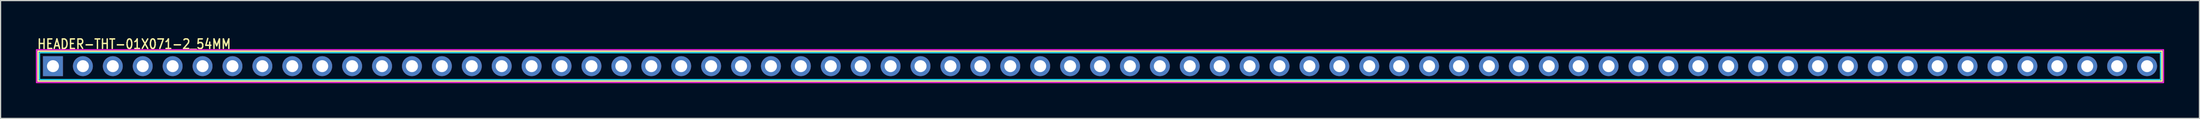
<source format=kicad_pcb>
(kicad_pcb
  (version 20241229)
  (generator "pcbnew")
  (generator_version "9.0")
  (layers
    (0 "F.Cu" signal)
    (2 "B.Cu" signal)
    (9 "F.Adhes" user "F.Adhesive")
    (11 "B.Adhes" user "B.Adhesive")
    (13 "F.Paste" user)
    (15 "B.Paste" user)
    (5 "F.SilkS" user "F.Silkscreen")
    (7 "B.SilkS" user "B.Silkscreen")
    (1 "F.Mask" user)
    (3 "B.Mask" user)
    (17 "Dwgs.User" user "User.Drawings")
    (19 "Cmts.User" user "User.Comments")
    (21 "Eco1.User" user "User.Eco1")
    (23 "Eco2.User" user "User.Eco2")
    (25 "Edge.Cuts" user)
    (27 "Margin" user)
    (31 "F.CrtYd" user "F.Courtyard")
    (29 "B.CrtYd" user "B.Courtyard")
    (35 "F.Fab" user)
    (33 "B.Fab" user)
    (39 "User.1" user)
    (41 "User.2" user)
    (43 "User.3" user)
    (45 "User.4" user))
  (footprint "HEADER-THT-01X071-2_54MM"
    (layer "F.Cu")
    (at 1.447 2.579)
    (property "Reference" "HEADER-THT-01X071-2_54MM" (at -1.4 -1.4 0) (unlocked yes) (layer "F.SilkS") (effects (font (size 0.813 0.695) (thickness 0.122)) (justify left bottom)))
    (fp_line (start -1.27 -1.27) (end -1.27 1.27) (stroke (width 0.127) (type solid)) (layer "F.SilkS"))
    (fp_line (start -1.27 1.27) (end 179.07 1.27) (stroke (width 0.127) (type solid)) (layer "F.SilkS"))
    (fp_line (start 179.07 -1.27) (end -1.27 -1.27) (stroke (width 0.127) (type solid)) (layer "F.SilkS"))
    (fp_line (start 179.07 1.27) (end 179.07 -1.27) (stroke (width 0.127) (type solid)) (layer "F.SilkS"))
    (fp_poly (pts (xy -1.143 -1.143) (xy 178.943 -1.143) (xy 178.943 1.143) (xy -1.143 1.143)) (stroke (width 0.1) (type solid)) (fill no) (layer "B.CrtYd"))
    (fp_poly (pts (xy -1.397 -1.397) (xy 179.197 -1.397) (xy 179.197 1.397) (xy -1.397 1.397)) (stroke (width 0.1) (type solid)) (fill no) (layer "F.CrtYd"))
    (pad "P$1" thru_hole rect (at 0 0) (size 1.693 1.693) (drill 1.016) (layers "*.Cu" "*.Mask"))
    (pad "P$2" thru_hole oval (at 2.54 0) (size 1.693 1.693) (drill 1.016) (layers "*.Cu" "*.Mask"))
    (pad "P$3" thru_hole oval (at 5.08 0) (size 1.693 1.693) (drill 1.016) (layers "*.Cu" "*.Mask"))
    (pad "P$4" thru_hole oval (at 7.62 0) (size 1.693 1.693) (drill 1.016) (layers "*.Cu" "*.Mask"))
    (pad "P$5" thru_hole oval (at 10.16 0) (size 1.693 1.693) (drill 1.016) (layers "*.Cu" "*.Mask"))
    (pad "P$6" thru_hole oval (at 12.7 0) (size 1.693 1.693) (drill 1.016) (layers "*.Cu" "*.Mask"))
    (pad "P$7" thru_hole oval (at 15.24 0) (size 1.693 1.693) (drill 1.016) (layers "*.Cu" "*.Mask"))
    (pad "P$8" thru_hole oval (at 17.78 0) (size 1.693 1.693) (drill 1.016) (layers "*.Cu" "*.Mask"))
    (pad "P$9" thru_hole oval (at 20.32 0) (size 1.693 1.693) (drill 1.016) (layers "*.Cu" "*.Mask"))
    (pad "P$10" thru_hole oval (at 22.86 0) (size 1.693 1.693) (drill 1.016) (layers "*.Cu" "*.Mask"))
    (pad "P$11" thru_hole oval (at 25.4 0) (size 1.693 1.693) (drill 1.016) (layers "*.Cu" "*.Mask"))
    (pad "P$12" thru_hole oval (at 27.94 0) (size 1.693 1.693) (drill 1.016) (layers "*.Cu" "*.Mask"))
    (pad "P$13" thru_hole oval (at 30.48 0) (size 1.693 1.693) (drill 1.016) (layers "*.Cu" "*.Mask"))
    (pad "P$14" thru_hole oval (at 33.02 0) (size 1.693 1.693) (drill 1.016) (layers "*.Cu" "*.Mask"))
    (pad "P$15" thru_hole oval (at 35.56 0) (size 1.693 1.693) (drill 1.016) (layers "*.Cu" "*.Mask"))
    (pad "P$16" thru_hole oval (at 38.1 0) (size 1.693 1.693) (drill 1.016) (layers "*.Cu" "*.Mask"))
    (pad "P$17" thru_hole oval (at 40.64 0) (size 1.693 1.693) (drill 1.016) (layers "*.Cu" "*.Mask"))
    (pad "P$18" thru_hole oval (at 43.18 0) (size 1.693 1.693) (drill 1.016) (layers "*.Cu" "*.Mask"))
    (pad "P$19" thru_hole oval (at 45.72 0) (size 1.693 1.693) (drill 1.016) (layers "*.Cu" "*.Mask"))
    (pad "P$20" thru_hole oval (at 48.26 0) (size 1.693 1.693) (drill 1.016) (layers "*.Cu" "*.Mask"))
    (pad "P$21" thru_hole oval (at 50.8 0) (size 1.693 1.693) (drill 1.016) (layers "*.Cu" "*.Mask"))
    (pad "P$22" thru_hole oval (at 53.34 0) (size 1.693 1.693) (drill 1.016) (layers "*.Cu" "*.Mask"))
    (pad "P$23" thru_hole oval (at 55.88 0) (size 1.693 1.693) (drill 1.016) (layers "*.Cu" "*.Mask"))
    (pad "P$24" thru_hole oval (at 58.42 0) (size 1.693 1.693) (drill 1.016) (layers "*.Cu" "*.Mask"))
    (pad "P$25" thru_hole oval (at 60.96 0) (size 1.693 1.693) (drill 1.016) (layers "*.Cu" "*.Mask"))
    (pad "P$26" thru_hole oval (at 63.5 0) (size 1.693 1.693) (drill 1.016) (layers "*.Cu" "*.Mask"))
    (pad "P$27" thru_hole oval (at 66.04 0) (size 1.693 1.693) (drill 1.016) (layers "*.Cu" "*.Mask"))
    (pad "P$28" thru_hole oval (at 68.58 0) (size 1.693 1.693) (drill 1.016) (layers "*.Cu" "*.Mask"))
    (pad "P$29" thru_hole oval (at 71.12 0) (size 1.693 1.693) (drill 1.016) (layers "*.Cu" "*.Mask"))
    (pad "P$30" thru_hole oval (at 73.66 0) (size 1.693 1.693) (drill 1.016) (layers "*.Cu" "*.Mask"))
    (pad "P$31" thru_hole oval (at 76.2 0) (size 1.693 1.693) (drill 1.016) (layers "*.Cu" "*.Mask"))
    (pad "P$32" thru_hole oval (at 78.74 0) (size 1.693 1.693) (drill 1.016) (layers "*.Cu" "*.Mask"))
    (pad "P$33" thru_hole oval (at 81.28 0) (size 1.693 1.693) (drill 1.016) (layers "*.Cu" "*.Mask"))
    (pad "P$34" thru_hole oval (at 83.82 0) (size 1.693 1.693) (drill 1.016) (layers "*.Cu" "*.Mask"))
    (pad "P$35" thru_hole oval (at 86.36 0) (size 1.693 1.693) (drill 1.016) (layers "*.Cu" "*.Mask"))
    (pad "P$36" thru_hole oval (at 88.9 0) (size 1.693 1.693) (drill 1.016) (layers "*.Cu" "*.Mask"))
    (pad "P$37" thru_hole oval (at 91.44 0) (size 1.693 1.693) (drill 1.016) (layers "*.Cu" "*.Mask"))
    (pad "P$38" thru_hole oval (at 93.98 0) (size 1.693 1.693) (drill 1.016) (layers "*.Cu" "*.Mask"))
    (pad "P$39" thru_hole oval (at 96.52 0) (size 1.693 1.693) (drill 1.016) (layers "*.Cu" "*.Mask"))
    (pad "P$40" thru_hole oval (at 99.06 0) (size 1.693 1.693) (drill 1.016) (layers "*.Cu" "*.Mask"))
    (pad "P$41" thru_hole oval (at 101.6 0) (size 1.693 1.693) (drill 1.016) (layers "*.Cu" "*.Mask"))
    (pad "P$42" thru_hole oval (at 104.14 0) (size 1.693 1.693) (drill 1.016) (layers "*.Cu" "*.Mask"))
    (pad "P$43" thru_hole oval (at 106.68 0) (size 1.693 1.693) (drill 1.016) (layers "*.Cu" "*.Mask"))
    (pad "P$44" thru_hole oval (at 109.22 0) (size 1.693 1.693) (drill 1.016) (layers "*.Cu" "*.Mask"))
    (pad "P$45" thru_hole oval (at 111.76 0) (size 1.693 1.693) (drill 1.016) (layers "*.Cu" "*.Mask"))
    (pad "P$46" thru_hole oval (at 114.3 0) (size 1.693 1.693) (drill 1.016) (layers "*.Cu" "*.Mask"))
    (pad "P$47" thru_hole oval (at 116.84 0) (size 1.693 1.693) (drill 1.016) (layers "*.Cu" "*.Mask"))
    (pad "P$48" thru_hole oval (at 119.38 0) (size 1.693 1.693) (drill 1.016) (layers "*.Cu" "*.Mask"))
    (pad "P$49" thru_hole oval (at 121.92 0) (size 1.693 1.693) (drill 1.016) (layers "*.Cu" "*.Mask"))
    (pad "P$50" thru_hole oval (at 124.46 0) (size 1.693 1.693) (drill 1.016) (layers "*.Cu" "*.Mask"))
    (pad "P$51" thru_hole oval (at 127 0) (size 1.693 1.693) (drill 1.016) (layers "*.Cu" "*.Mask"))
    (pad "P$52" thru_hole oval (at 129.54 0) (size 1.693 1.693) (drill 1.016) (layers "*.Cu" "*.Mask"))
    (pad "P$53" thru_hole oval (at 132.08 0) (size 1.693 1.693) (drill 1.016) (layers "*.Cu" "*.Mask"))
    (pad "P$54" thru_hole oval (at 134.62 0) (size 1.693 1.693) (drill 1.016) (layers "*.Cu" "*.Mask"))
    (pad "P$55" thru_hole oval (at 137.16 0) (size 1.693 1.693) (drill 1.016) (layers "*.Cu" "*.Mask"))
    (pad "P$56" thru_hole oval (at 139.7 0) (size 1.693 1.693) (drill 1.016) (layers "*.Cu" "*.Mask"))
    (pad "P$57" thru_hole oval (at 142.24 0) (size 1.693 1.693) (drill 1.016) (layers "*.Cu" "*.Mask"))
    (pad "P$58" thru_hole oval (at 144.78 0) (size 1.693 1.693) (drill 1.016) (layers "*.Cu" "*.Mask"))
    (pad "P$59" thru_hole oval (at 147.32 0) (size 1.693 1.693) (drill 1.016) (layers "*.Cu" "*.Mask"))
    (pad "P$60" thru_hole oval (at 149.86 0) (size 1.693 1.693) (drill 1.016) (layers "*.Cu" "*.Mask"))
    (pad "P$61" thru_hole oval (at 152.4 0) (size 1.693 1.693) (drill 1.016) (layers "*.Cu" "*.Mask"))
    (pad "P$62" thru_hole oval (at 154.94 0) (size 1.693 1.693) (drill 1.016) (layers "*.Cu" "*.Mask"))
    (pad "P$63" thru_hole oval (at 157.48 0) (size 1.693 1.693) (drill 1.016) (layers "*.Cu" "*.Mask"))
    (pad "P$64" thru_hole oval (at 160.02 0) (size 1.693 1.693) (drill 1.016) (layers "*.Cu" "*.Mask"))
    (pad "P$65" thru_hole oval (at 162.56 0) (size 1.693 1.693) (drill 1.016) (layers "*.Cu" "*.Mask"))
    (pad "P$66" thru_hole oval (at 165.1 0) (size 1.693 1.693) (drill 1.016) (layers "*.Cu" "*.Mask"))
    (pad "P$67" thru_hole oval (at 167.64 0) (size 1.693 1.693) (drill 1.016) (layers "*.Cu" "*.Mask"))
    (pad "P$68" thru_hole oval (at 170.18 0) (size 1.693 1.693) (drill 1.016) (layers "*.Cu" "*.Mask"))
    (pad "P$69" thru_hole oval (at 172.72 0) (size 1.693 1.693) (drill 1.016) (layers "*.Cu" "*.Mask"))
    (pad "P$70" thru_hole oval (at 175.26 0) (size 1.693 1.693) (drill 1.016) (layers "*.Cu" "*.Mask"))
    (pad "P$71" thru_hole oval (at 177.8 0) (size 1.693 1.693) (drill 1.016) (layers "*.Cu" "*.Mask")))
  (gr_rect
    (start -3 -3)
    (end 183.694 7.026)
    (stroke (width 0.1) (type default))
    (fill no)
    (layer "Edge.Cuts")))
</source>
